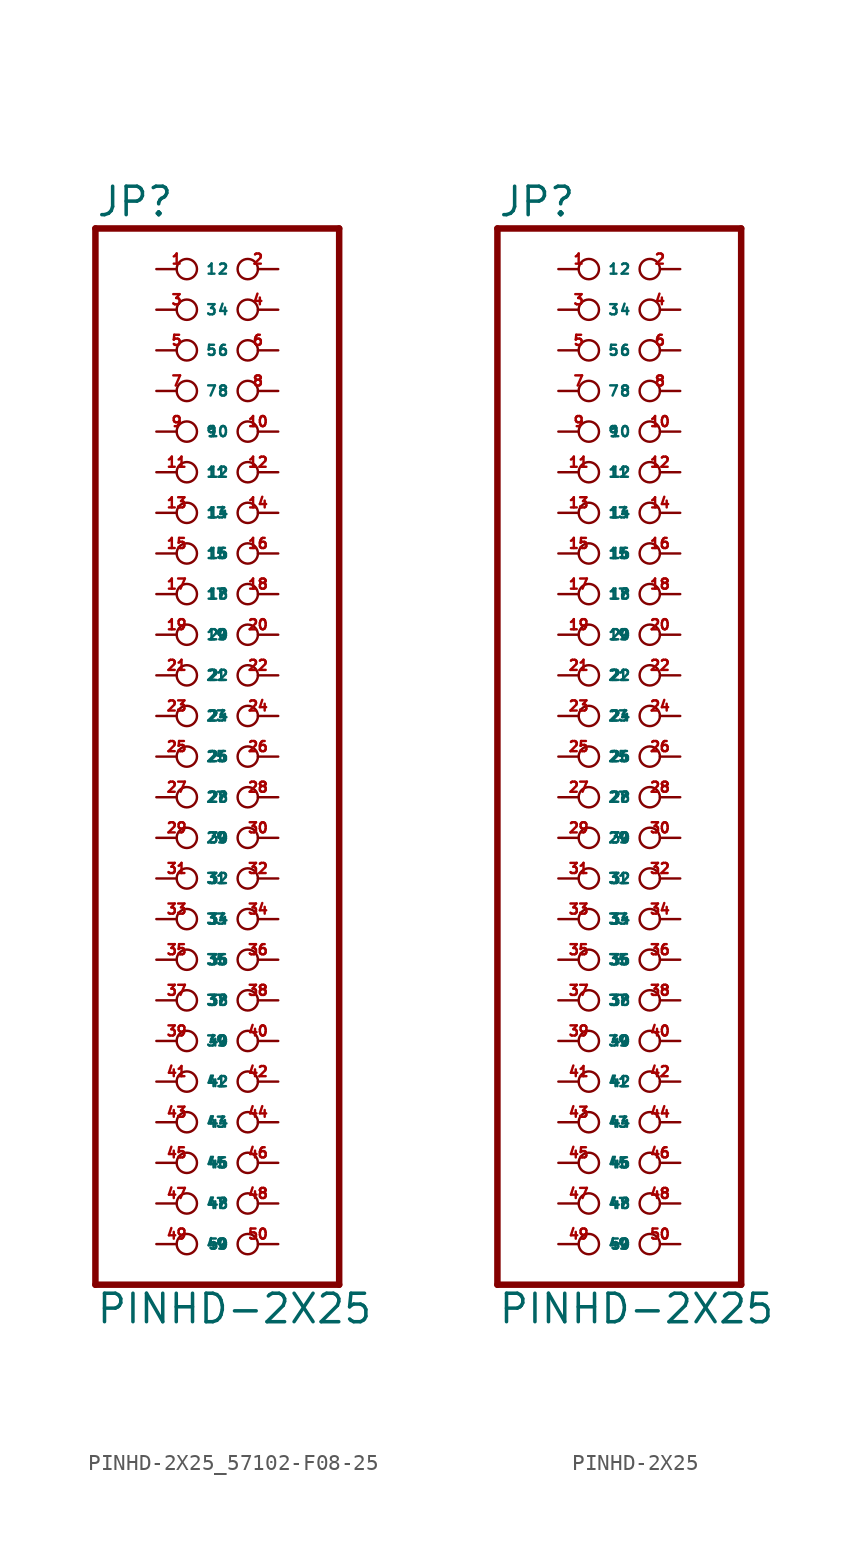
<source format=kicad_sym>
(kicad_symbol_lib
  (version 20220914)
  (generator Eagle2Kicad)
  (symbol "PINHD-2X25_57102-F08-25"
    (property "Reference" "JP"
      (at -6.35 33.655 0)
      (effects (font (size 1.778 1.778) (thickness 0.22)) (justify left bottom)))
    (property "Value" "PINHD-2X25"
      (at -6.35 -35.56 0)
      (effects (font (size 1.778 1.778) (thickness 0.22)) (justify left bottom)))
    (polyline
      (pts (xy -6.35 -33.02) (xy 8.89 -33.02))
      (stroke (width 0.406) (type default))
      (fill (type none)))
    (polyline
      (pts (xy 8.89 -33.02) (xy 8.89 33.02))
      (stroke (width 0.406) (type default))
      (fill (type none)))
    (polyline
      (pts (xy 8.89 33.02) (xy -6.35 33.02))
      (stroke (width 0.406) (type default))
      (fill (type none)))
    (polyline
      (pts (xy -6.35 33.02) (xy -6.35 -33.02))
      (stroke (width 0.406) (type default))
      (fill (type none)))
    (pin passive inverted
      (at -2.54 30.48 0)
      (length 2.54)
      (name "1" (effects (font (size 0.635 0.635) (thickness 0.08)) (justify left bottom)))
      (number "1" (effects (font (size 0.635 0.635) (thickness 0.08)) (justify left bottom))))
    (pin passive inverted
      (at 5.08 30.48 180)
      (length 2.54)
      (name "2" (effects (font (size 0.635 0.635) (thickness 0.08)) (justify left bottom)))
      (number "2" (effects (font (size 0.635 0.635) (thickness 0.08)) (justify left bottom))))
    (pin passive inverted
      (at -2.54 27.94 0)
      (length 2.54)
      (name "3" (effects (font (size 0.635 0.635) (thickness 0.08)) (justify left bottom)))
      (number "3" (effects (font (size 0.635 0.635) (thickness 0.08)) (justify left bottom))))
    (pin passive inverted
      (at 5.08 27.94 180)
      (length 2.54)
      (name "4" (effects (font (size 0.635 0.635) (thickness 0.08)) (justify left bottom)))
      (number "4" (effects (font (size 0.635 0.635) (thickness 0.08)) (justify left bottom))))
    (pin passive inverted
      (at -2.54 25.4 0)
      (length 2.54)
      (name "5" (effects (font (size 0.635 0.635) (thickness 0.08)) (justify left bottom)))
      (number "5" (effects (font (size 0.635 0.635) (thickness 0.08)) (justify left bottom))))
    (pin passive inverted
      (at 5.08 25.4 180)
      (length 2.54)
      (name "6" (effects (font (size 0.635 0.635) (thickness 0.08)) (justify left bottom)))
      (number "6" (effects (font (size 0.635 0.635) (thickness 0.08)) (justify left bottom))))
    (pin passive inverted
      (at -2.54 22.86 0)
      (length 2.54)
      (name "7" (effects (font (size 0.635 0.635) (thickness 0.08)) (justify left bottom)))
      (number "7" (effects (font (size 0.635 0.635) (thickness 0.08)) (justify left bottom))))
    (pin passive inverted
      (at 5.08 22.86 180)
      (length 2.54)
      (name "8" (effects (font (size 0.635 0.635) (thickness 0.08)) (justify left bottom)))
      (number "8" (effects (font (size 0.635 0.635) (thickness 0.08)) (justify left bottom))))
    (pin passive inverted
      (at -2.54 20.32 0)
      (length 2.54)
      (name "9" (effects (font (size 0.635 0.635) (thickness 0.08)) (justify left bottom)))
      (number "9" (effects (font (size 0.635 0.635) (thickness 0.08)) (justify left bottom))))
    (pin passive inverted
      (at 5.08 20.32 180)
      (length 2.54)
      (name "10" (effects (font (size 0.635 0.635) (thickness 0.08)) (justify left bottom)))
      (number "10" (effects (font (size 0.635 0.635) (thickness 0.08)) (justify left bottom))))
    (pin passive inverted
      (at -2.54 17.78 0)
      (length 2.54)
      (name "11" (effects (font (size 0.635 0.635) (thickness 0.08)) (justify left bottom)))
      (number "11" (effects (font (size 0.635 0.635) (thickness 0.08)) (justify left bottom))))
    (pin passive inverted
      (at 5.08 17.78 180)
      (length 2.54)
      (name "12" (effects (font (size 0.635 0.635) (thickness 0.08)) (justify left bottom)))
      (number "12" (effects (font (size 0.635 0.635) (thickness 0.08)) (justify left bottom))))
    (pin passive inverted
      (at -2.54 15.24 0)
      (length 2.54)
      (name "13" (effects (font (size 0.635 0.635) (thickness 0.08)) (justify left bottom)))
      (number "13" (effects (font (size 0.635 0.635) (thickness 0.08)) (justify left bottom))))
    (pin passive inverted
      (at 5.08 15.24 180)
      (length 2.54)
      (name "14" (effects (font (size 0.635 0.635) (thickness 0.08)) (justify left bottom)))
      (number "14" (effects (font (size 0.635 0.635) (thickness 0.08)) (justify left bottom))))
    (pin passive inverted
      (at -2.54 12.7 0)
      (length 2.54)
      (name "15" (effects (font (size 0.635 0.635) (thickness 0.08)) (justify left bottom)))
      (number "15" (effects (font (size 0.635 0.635) (thickness 0.08)) (justify left bottom))))
    (pin passive inverted
      (at 5.08 12.7 180)
      (length 2.54)
      (name "16" (effects (font (size 0.635 0.635) (thickness 0.08)) (justify left bottom)))
      (number "16" (effects (font (size 0.635 0.635) (thickness 0.08)) (justify left bottom))))
    (pin passive inverted
      (at -2.54 10.16 0)
      (length 2.54)
      (name "17" (effects (font (size 0.635 0.635) (thickness 0.08)) (justify left bottom)))
      (number "17" (effects (font (size 0.635 0.635) (thickness 0.08)) (justify left bottom))))
    (pin passive inverted
      (at 5.08 10.16 180)
      (length 2.54)
      (name "18" (effects (font (size 0.635 0.635) (thickness 0.08)) (justify left bottom)))
      (number "18" (effects (font (size 0.635 0.635) (thickness 0.08)) (justify left bottom))))
    (pin passive inverted
      (at -2.54 7.62 0)
      (length 2.54)
      (name "19" (effects (font (size 0.635 0.635) (thickness 0.08)) (justify left bottom)))
      (number "19" (effects (font (size 0.635 0.635) (thickness 0.08)) (justify left bottom))))
    (pin passive inverted
      (at 5.08 7.62 180)
      (length 2.54)
      (name "20" (effects (font (size 0.635 0.635) (thickness 0.08)) (justify left bottom)))
      (number "20" (effects (font (size 0.635 0.635) (thickness 0.08)) (justify left bottom))))
    (pin passive inverted
      (at -2.54 5.08 0)
      (length 2.54)
      (name "21" (effects (font (size 0.635 0.635) (thickness 0.08)) (justify left bottom)))
      (number "21" (effects (font (size 0.635 0.635) (thickness 0.08)) (justify left bottom))))
    (pin passive inverted
      (at 5.08 5.08 180)
      (length 2.54)
      (name "22" (effects (font (size 0.635 0.635) (thickness 0.08)) (justify left bottom)))
      (number "22" (effects (font (size 0.635 0.635) (thickness 0.08)) (justify left bottom))))
    (pin passive inverted
      (at -2.54 2.54 0)
      (length 2.54)
      (name "23" (effects (font (size 0.635 0.635) (thickness 0.08)) (justify left bottom)))
      (number "23" (effects (font (size 0.635 0.635) (thickness 0.08)) (justify left bottom))))
    (pin passive inverted
      (at 5.08 2.54 180)
      (length 2.54)
      (name "24" (effects (font (size 0.635 0.635) (thickness 0.08)) (justify left bottom)))
      (number "24" (effects (font (size 0.635 0.635) (thickness 0.08)) (justify left bottom))))
    (pin passive inverted
      (at -2.54 0 0)
      (length 2.54)
      (name "25" (effects (font (size 0.635 0.635) (thickness 0.08)) (justify left bottom)))
      (number "25" (effects (font (size 0.635 0.635) (thickness 0.08)) (justify left bottom))))
    (pin passive inverted
      (at 5.08 0 180)
      (length 2.54)
      (name "26" (effects (font (size 0.635 0.635) (thickness 0.08)) (justify left bottom)))
      (number "26" (effects (font (size 0.635 0.635) (thickness 0.08)) (justify left bottom))))
    (pin passive inverted
      (at -2.54 -2.54 0)
      (length 2.54)
      (name "27" (effects (font (size 0.635 0.635) (thickness 0.08)) (justify left bottom)))
      (number "27" (effects (font (size 0.635 0.635) (thickness 0.08)) (justify left bottom))))
    (pin passive inverted
      (at 5.08 -2.54 180)
      (length 2.54)
      (name "28" (effects (font (size 0.635 0.635) (thickness 0.08)) (justify left bottom)))
      (number "28" (effects (font (size 0.635 0.635) (thickness 0.08)) (justify left bottom))))
    (pin passive inverted
      (at -2.54 -5.08 0)
      (length 2.54)
      (name "29" (effects (font (size 0.635 0.635) (thickness 0.08)) (justify left bottom)))
      (number "29" (effects (font (size 0.635 0.635) (thickness 0.08)) (justify left bottom))))
    (pin passive inverted
      (at 5.08 -5.08 180)
      (length 2.54)
      (name "30" (effects (font (size 0.635 0.635) (thickness 0.08)) (justify left bottom)))
      (number "30" (effects (font (size 0.635 0.635) (thickness 0.08)) (justify left bottom))))
    (pin passive inverted
      (at -2.54 -7.62 0)
      (length 2.54)
      (name "31" (effects (font (size 0.635 0.635) (thickness 0.08)) (justify left bottom)))
      (number "31" (effects (font (size 0.635 0.635) (thickness 0.08)) (justify left bottom))))
    (pin passive inverted
      (at 5.08 -7.62 180)
      (length 2.54)
      (name "32" (effects (font (size 0.635 0.635) (thickness 0.08)) (justify left bottom)))
      (number "32" (effects (font (size 0.635 0.635) (thickness 0.08)) (justify left bottom))))
    (pin passive inverted
      (at -2.54 -10.16 0)
      (length 2.54)
      (name "33" (effects (font (size 0.635 0.635) (thickness 0.08)) (justify left bottom)))
      (number "33" (effects (font (size 0.635 0.635) (thickness 0.08)) (justify left bottom))))
    (pin passive inverted
      (at 5.08 -10.16 180)
      (length 2.54)
      (name "34" (effects (font (size 0.635 0.635) (thickness 0.08)) (justify left bottom)))
      (number "34" (effects (font (size 0.635 0.635) (thickness 0.08)) (justify left bottom))))
    (pin passive inverted
      (at -2.54 -12.7 0)
      (length 2.54)
      (name "35" (effects (font (size 0.635 0.635) (thickness 0.08)) (justify left bottom)))
      (number "35" (effects (font (size 0.635 0.635) (thickness 0.08)) (justify left bottom))))
    (pin passive inverted
      (at 5.08 -12.7 180)
      (length 2.54)
      (name "36" (effects (font (size 0.635 0.635) (thickness 0.08)) (justify left bottom)))
      (number "36" (effects (font (size 0.635 0.635) (thickness 0.08)) (justify left bottom))))
    (pin passive inverted
      (at -2.54 -15.24 0)
      (length 2.54)
      (name "37" (effects (font (size 0.635 0.635) (thickness 0.08)) (justify left bottom)))
      (number "37" (effects (font (size 0.635 0.635) (thickness 0.08)) (justify left bottom))))
    (pin passive inverted
      (at 5.08 -15.24 180)
      (length 2.54)
      (name "38" (effects (font (size 0.635 0.635) (thickness 0.08)) (justify left bottom)))
      (number "38" (effects (font (size 0.635 0.635) (thickness 0.08)) (justify left bottom))))
    (pin passive inverted
      (at -2.54 -17.78 0)
      (length 2.54)
      (name "39" (effects (font (size 0.635 0.635) (thickness 0.08)) (justify left bottom)))
      (number "39" (effects (font (size 0.635 0.635) (thickness 0.08)) (justify left bottom))))
    (pin passive inverted
      (at 5.08 -17.78 180)
      (length 2.54)
      (name "40" (effects (font (size 0.635 0.635) (thickness 0.08)) (justify left bottom)))
      (number "40" (effects (font (size 0.635 0.635) (thickness 0.08)) (justify left bottom))))
    (pin passive inverted
      (at -2.54 -20.32 0)
      (length 2.54)
      (name "41" (effects (font (size 0.635 0.635) (thickness 0.08)) (justify left bottom)))
      (number "41" (effects (font (size 0.635 0.635) (thickness 0.08)) (justify left bottom))))
    (pin passive inverted
      (at 5.08 -20.32 180)
      (length 2.54)
      (name "42" (effects (font (size 0.635 0.635) (thickness 0.08)) (justify left bottom)))
      (number "42" (effects (font (size 0.635 0.635) (thickness 0.08)) (justify left bottom))))
    (pin passive inverted
      (at -2.54 -22.86 0)
      (length 2.54)
      (name "43" (effects (font (size 0.635 0.635) (thickness 0.08)) (justify left bottom)))
      (number "43" (effects (font (size 0.635 0.635) (thickness 0.08)) (justify left bottom))))
    (pin passive inverted
      (at 5.08 -22.86 180)
      (length 2.54)
      (name "44" (effects (font (size 0.635 0.635) (thickness 0.08)) (justify left bottom)))
      (number "44" (effects (font (size 0.635 0.635) (thickness 0.08)) (justify left bottom))))
    (pin passive inverted
      (at -2.54 -25.4 0)
      (length 2.54)
      (name "45" (effects (font (size 0.635 0.635) (thickness 0.08)) (justify left bottom)))
      (number "45" (effects (font (size 0.635 0.635) (thickness 0.08)) (justify left bottom))))
    (pin passive inverted
      (at 5.08 -25.4 180)
      (length 2.54)
      (name "46" (effects (font (size 0.635 0.635) (thickness 0.08)) (justify left bottom)))
      (number "46" (effects (font (size 0.635 0.635) (thickness 0.08)) (justify left bottom))))
    (pin passive inverted
      (at -2.54 -27.94 0)
      (length 2.54)
      (name "47" (effects (font (size 0.635 0.635) (thickness 0.08)) (justify left bottom)))
      (number "47" (effects (font (size 0.635 0.635) (thickness 0.08)) (justify left bottom))))
    (pin passive inverted
      (at 5.08 -27.94 180)
      (length 2.54)
      (name "48" (effects (font (size 0.635 0.635) (thickness 0.08)) (justify left bottom)))
      (number "48" (effects (font (size 0.635 0.635) (thickness 0.08)) (justify left bottom))))
    (pin passive inverted
      (at -2.54 -30.48 0)
      (length 2.54)
      (name "49" (effects (font (size 0.635 0.635) (thickness 0.08)) (justify left bottom)))
      (number "49" (effects (font (size 0.635 0.635) (thickness 0.08)) (justify left bottom))))
    (pin passive inverted
      (at 5.08 -30.48 180)
      (length 2.54)
      (name "50" (effects (font (size 0.635 0.635) (thickness 0.08)) (justify left bottom)))
      (number "50" (effects (font (size 0.635 0.635) (thickness 0.08)) (justify left bottom)))))
  (symbol "PINHD-2X25"
    (property "Reference" "JP"
      (at -6.35 33.655 0)
      (effects (font (size 1.778 1.778) (thickness 0.22)) (justify left bottom)))
    (property "Value" "PINHD-2X25"
      (at -6.35 -35.56 0)
      (effects (font (size 1.778 1.778) (thickness 0.22)) (justify left bottom)))
    (polyline
      (pts (xy -6.35 -33.02) (xy 8.89 -33.02))
      (stroke (width 0.406) (type default))
      (fill (type none)))
    (polyline
      (pts (xy 8.89 -33.02) (xy 8.89 33.02))
      (stroke (width 0.406) (type default))
      (fill (type none)))
    (polyline
      (pts (xy 8.89 33.02) (xy -6.35 33.02))
      (stroke (width 0.406) (type default))
      (fill (type none)))
    (polyline
      (pts (xy -6.35 33.02) (xy -6.35 -33.02))
      (stroke (width 0.406) (type default))
      (fill (type none)))
    (pin passive inverted
      (at -2.54 30.48 0)
      (length 2.54)
      (name "1" (effects (font (size 0.635 0.635) (thickness 0.08)) (justify left bottom)))
      (number "1" (effects (font (size 0.635 0.635) (thickness 0.08)) (justify left bottom))))
    (pin passive inverted
      (at 5.08 30.48 180)
      (length 2.54)
      (name "2" (effects (font (size 0.635 0.635) (thickness 0.08)) (justify left bottom)))
      (number "2" (effects (font (size 0.635 0.635) (thickness 0.08)) (justify left bottom))))
    (pin passive inverted
      (at -2.54 27.94 0)
      (length 2.54)
      (name "3" (effects (font (size 0.635 0.635) (thickness 0.08)) (justify left bottom)))
      (number "3" (effects (font (size 0.635 0.635) (thickness 0.08)) (justify left bottom))))
    (pin passive inverted
      (at 5.08 27.94 180)
      (length 2.54)
      (name "4" (effects (font (size 0.635 0.635) (thickness 0.08)) (justify left bottom)))
      (number "4" (effects (font (size 0.635 0.635) (thickness 0.08)) (justify left bottom))))
    (pin passive inverted
      (at -2.54 25.4 0)
      (length 2.54)
      (name "5" (effects (font (size 0.635 0.635) (thickness 0.08)) (justify left bottom)))
      (number "5" (effects (font (size 0.635 0.635) (thickness 0.08)) (justify left bottom))))
    (pin passive inverted
      (at 5.08 25.4 180)
      (length 2.54)
      (name "6" (effects (font (size 0.635 0.635) (thickness 0.08)) (justify left bottom)))
      (number "6" (effects (font (size 0.635 0.635) (thickness 0.08)) (justify left bottom))))
    (pin passive inverted
      (at -2.54 22.86 0)
      (length 2.54)
      (name "7" (effects (font (size 0.635 0.635) (thickness 0.08)) (justify left bottom)))
      (number "7" (effects (font (size 0.635 0.635) (thickness 0.08)) (justify left bottom))))
    (pin passive inverted
      (at 5.08 22.86 180)
      (length 2.54)
      (name "8" (effects (font (size 0.635 0.635) (thickness 0.08)) (justify left bottom)))
      (number "8" (effects (font (size 0.635 0.635) (thickness 0.08)) (justify left bottom))))
    (pin passive inverted
      (at -2.54 20.32 0)
      (length 2.54)
      (name "9" (effects (font (size 0.635 0.635) (thickness 0.08)) (justify left bottom)))
      (number "9" (effects (font (size 0.635 0.635) (thickness 0.08)) (justify left bottom))))
    (pin passive inverted
      (at 5.08 20.32 180)
      (length 2.54)
      (name "10" (effects (font (size 0.635 0.635) (thickness 0.08)) (justify left bottom)))
      (number "10" (effects (font (size 0.635 0.635) (thickness 0.08)) (justify left bottom))))
    (pin passive inverted
      (at -2.54 17.78 0)
      (length 2.54)
      (name "11" (effects (font (size 0.635 0.635) (thickness 0.08)) (justify left bottom)))
      (number "11" (effects (font (size 0.635 0.635) (thickness 0.08)) (justify left bottom))))
    (pin passive inverted
      (at 5.08 17.78 180)
      (length 2.54)
      (name "12" (effects (font (size 0.635 0.635) (thickness 0.08)) (justify left bottom)))
      (number "12" (effects (font (size 0.635 0.635) (thickness 0.08)) (justify left bottom))))
    (pin passive inverted
      (at -2.54 15.24 0)
      (length 2.54)
      (name "13" (effects (font (size 0.635 0.635) (thickness 0.08)) (justify left bottom)))
      (number "13" (effects (font (size 0.635 0.635) (thickness 0.08)) (justify left bottom))))
    (pin passive inverted
      (at 5.08 15.24 180)
      (length 2.54)
      (name "14" (effects (font (size 0.635 0.635) (thickness 0.08)) (justify left bottom)))
      (number "14" (effects (font (size 0.635 0.635) (thickness 0.08)) (justify left bottom))))
    (pin passive inverted
      (at -2.54 12.7 0)
      (length 2.54)
      (name "15" (effects (font (size 0.635 0.635) (thickness 0.08)) (justify left bottom)))
      (number "15" (effects (font (size 0.635 0.635) (thickness 0.08)) (justify left bottom))))
    (pin passive inverted
      (at 5.08 12.7 180)
      (length 2.54)
      (name "16" (effects (font (size 0.635 0.635) (thickness 0.08)) (justify left bottom)))
      (number "16" (effects (font (size 0.635 0.635) (thickness 0.08)) (justify left bottom))))
    (pin passive inverted
      (at -2.54 10.16 0)
      (length 2.54)
      (name "17" (effects (font (size 0.635 0.635) (thickness 0.08)) (justify left bottom)))
      (number "17" (effects (font (size 0.635 0.635) (thickness 0.08)) (justify left bottom))))
    (pin passive inverted
      (at 5.08 10.16 180)
      (length 2.54)
      (name "18" (effects (font (size 0.635 0.635) (thickness 0.08)) (justify left bottom)))
      (number "18" (effects (font (size 0.635 0.635) (thickness 0.08)) (justify left bottom))))
    (pin passive inverted
      (at -2.54 7.62 0)
      (length 2.54)
      (name "19" (effects (font (size 0.635 0.635) (thickness 0.08)) (justify left bottom)))
      (number "19" (effects (font (size 0.635 0.635) (thickness 0.08)) (justify left bottom))))
    (pin passive inverted
      (at 5.08 7.62 180)
      (length 2.54)
      (name "20" (effects (font (size 0.635 0.635) (thickness 0.08)) (justify left bottom)))
      (number "20" (effects (font (size 0.635 0.635) (thickness 0.08)) (justify left bottom))))
    (pin passive inverted
      (at -2.54 5.08 0)
      (length 2.54)
      (name "21" (effects (font (size 0.635 0.635) (thickness 0.08)) (justify left bottom)))
      (number "21" (effects (font (size 0.635 0.635) (thickness 0.08)) (justify left bottom))))
    (pin passive inverted
      (at 5.08 5.08 180)
      (length 2.54)
      (name "22" (effects (font (size 0.635 0.635) (thickness 0.08)) (justify left bottom)))
      (number "22" (effects (font (size 0.635 0.635) (thickness 0.08)) (justify left bottom))))
    (pin passive inverted
      (at -2.54 2.54 0)
      (length 2.54)
      (name "23" (effects (font (size 0.635 0.635) (thickness 0.08)) (justify left bottom)))
      (number "23" (effects (font (size 0.635 0.635) (thickness 0.08)) (justify left bottom))))
    (pin passive inverted
      (at 5.08 2.54 180)
      (length 2.54)
      (name "24" (effects (font (size 0.635 0.635) (thickness 0.08)) (justify left bottom)))
      (number "24" (effects (font (size 0.635 0.635) (thickness 0.08)) (justify left bottom))))
    (pin passive inverted
      (at -2.54 0 0)
      (length 2.54)
      (name "25" (effects (font (size 0.635 0.635) (thickness 0.08)) (justify left bottom)))
      (number "25" (effects (font (size 0.635 0.635) (thickness 0.08)) (justify left bottom))))
    (pin passive inverted
      (at 5.08 0 180)
      (length 2.54)
      (name "26" (effects (font (size 0.635 0.635) (thickness 0.08)) (justify left bottom)))
      (number "26" (effects (font (size 0.635 0.635) (thickness 0.08)) (justify left bottom))))
    (pin passive inverted
      (at -2.54 -2.54 0)
      (length 2.54)
      (name "27" (effects (font (size 0.635 0.635) (thickness 0.08)) (justify left bottom)))
      (number "27" (effects (font (size 0.635 0.635) (thickness 0.08)) (justify left bottom))))
    (pin passive inverted
      (at 5.08 -2.54 180)
      (length 2.54)
      (name "28" (effects (font (size 0.635 0.635) (thickness 0.08)) (justify left bottom)))
      (number "28" (effects (font (size 0.635 0.635) (thickness 0.08)) (justify left bottom))))
    (pin passive inverted
      (at -2.54 -5.08 0)
      (length 2.54)
      (name "29" (effects (font (size 0.635 0.635) (thickness 0.08)) (justify left bottom)))
      (number "29" (effects (font (size 0.635 0.635) (thickness 0.08)) (justify left bottom))))
    (pin passive inverted
      (at 5.08 -5.08 180)
      (length 2.54)
      (name "30" (effects (font (size 0.635 0.635) (thickness 0.08)) (justify left bottom)))
      (number "30" (effects (font (size 0.635 0.635) (thickness 0.08)) (justify left bottom))))
    (pin passive inverted
      (at -2.54 -7.62 0)
      (length 2.54)
      (name "31" (effects (font (size 0.635 0.635) (thickness 0.08)) (justify left bottom)))
      (number "31" (effects (font (size 0.635 0.635) (thickness 0.08)) (justify left bottom))))
    (pin passive inverted
      (at 5.08 -7.62 180)
      (length 2.54)
      (name "32" (effects (font (size 0.635 0.635) (thickness 0.08)) (justify left bottom)))
      (number "32" (effects (font (size 0.635 0.635) (thickness 0.08)) (justify left bottom))))
    (pin passive inverted
      (at -2.54 -10.16 0)
      (length 2.54)
      (name "33" (effects (font (size 0.635 0.635) (thickness 0.08)) (justify left bottom)))
      (number "33" (effects (font (size 0.635 0.635) (thickness 0.08)) (justify left bottom))))
    (pin passive inverted
      (at 5.08 -10.16 180)
      (length 2.54)
      (name "34" (effects (font (size 0.635 0.635) (thickness 0.08)) (justify left bottom)))
      (number "34" (effects (font (size 0.635 0.635) (thickness 0.08)) (justify left bottom))))
    (pin passive inverted
      (at -2.54 -12.7 0)
      (length 2.54)
      (name "35" (effects (font (size 0.635 0.635) (thickness 0.08)) (justify left bottom)))
      (number "35" (effects (font (size 0.635 0.635) (thickness 0.08)) (justify left bottom))))
    (pin passive inverted
      (at 5.08 -12.7 180)
      (length 2.54)
      (name "36" (effects (font (size 0.635 0.635) (thickness 0.08)) (justify left bottom)))
      (number "36" (effects (font (size 0.635 0.635) (thickness 0.08)) (justify left bottom))))
    (pin passive inverted
      (at -2.54 -15.24 0)
      (length 2.54)
      (name "37" (effects (font (size 0.635 0.635) (thickness 0.08)) (justify left bottom)))
      (number "37" (effects (font (size 0.635 0.635) (thickness 0.08)) (justify left bottom))))
    (pin passive inverted
      (at 5.08 -15.24 180)
      (length 2.54)
      (name "38" (effects (font (size 0.635 0.635) (thickness 0.08)) (justify left bottom)))
      (number "38" (effects (font (size 0.635 0.635) (thickness 0.08)) (justify left bottom))))
    (pin passive inverted
      (at -2.54 -17.78 0)
      (length 2.54)
      (name "39" (effects (font (size 0.635 0.635) (thickness 0.08)) (justify left bottom)))
      (number "39" (effects (font (size 0.635 0.635) (thickness 0.08)) (justify left bottom))))
    (pin passive inverted
      (at 5.08 -17.78 180)
      (length 2.54)
      (name "40" (effects (font (size 0.635 0.635) (thickness 0.08)) (justify left bottom)))
      (number "40" (effects (font (size 0.635 0.635) (thickness 0.08)) (justify left bottom))))
    (pin passive inverted
      (at -2.54 -20.32 0)
      (length 2.54)
      (name "41" (effects (font (size 0.635 0.635) (thickness 0.08)) (justify left bottom)))
      (number "41" (effects (font (size 0.635 0.635) (thickness 0.08)) (justify left bottom))))
    (pin passive inverted
      (at 5.08 -20.32 180)
      (length 2.54)
      (name "42" (effects (font (size 0.635 0.635) (thickness 0.08)) (justify left bottom)))
      (number "42" (effects (font (size 0.635 0.635) (thickness 0.08)) (justify left bottom))))
    (pin passive inverted
      (at -2.54 -22.86 0)
      (length 2.54)
      (name "43" (effects (font (size 0.635 0.635) (thickness 0.08)) (justify left bottom)))
      (number "43" (effects (font (size 0.635 0.635) (thickness 0.08)) (justify left bottom))))
    (pin passive inverted
      (at 5.08 -22.86 180)
      (length 2.54)
      (name "44" (effects (font (size 0.635 0.635) (thickness 0.08)) (justify left bottom)))
      (number "44" (effects (font (size 0.635 0.635) (thickness 0.08)) (justify left bottom))))
    (pin passive inverted
      (at -2.54 -25.4 0)
      (length 2.54)
      (name "45" (effects (font (size 0.635 0.635) (thickness 0.08)) (justify left bottom)))
      (number "45" (effects (font (size 0.635 0.635) (thickness 0.08)) (justify left bottom))))
    (pin passive inverted
      (at 5.08 -25.4 180)
      (length 2.54)
      (name "46" (effects (font (size 0.635 0.635) (thickness 0.08)) (justify left bottom)))
      (number "46" (effects (font (size 0.635 0.635) (thickness 0.08)) (justify left bottom))))
    (pin passive inverted
      (at -2.54 -27.94 0)
      (length 2.54)
      (name "47" (effects (font (size 0.635 0.635) (thickness 0.08)) (justify left bottom)))
      (number "47" (effects (font (size 0.635 0.635) (thickness 0.08)) (justify left bottom))))
    (pin passive inverted
      (at 5.08 -27.94 180)
      (length 2.54)
      (name "48" (effects (font (size 0.635 0.635) (thickness 0.08)) (justify left bottom)))
      (number "48" (effects (font (size 0.635 0.635) (thickness 0.08)) (justify left bottom))))
    (pin passive inverted
      (at -2.54 -30.48 0)
      (length 2.54)
      (name "49" (effects (font (size 0.635 0.635) (thickness 0.08)) (justify left bottom)))
      (number "49" (effects (font (size 0.635 0.635) (thickness 0.08)) (justify left bottom))))
    (pin passive inverted
      (at 5.08 -30.48 180)
      (length 2.54)
      (name "50" (effects (font (size 0.635 0.635) (thickness 0.08)) (justify left bottom)))
      (number "50" (effects (font (size 0.635 0.635) (thickness 0.08)) (justify left bottom))))))
</source>
